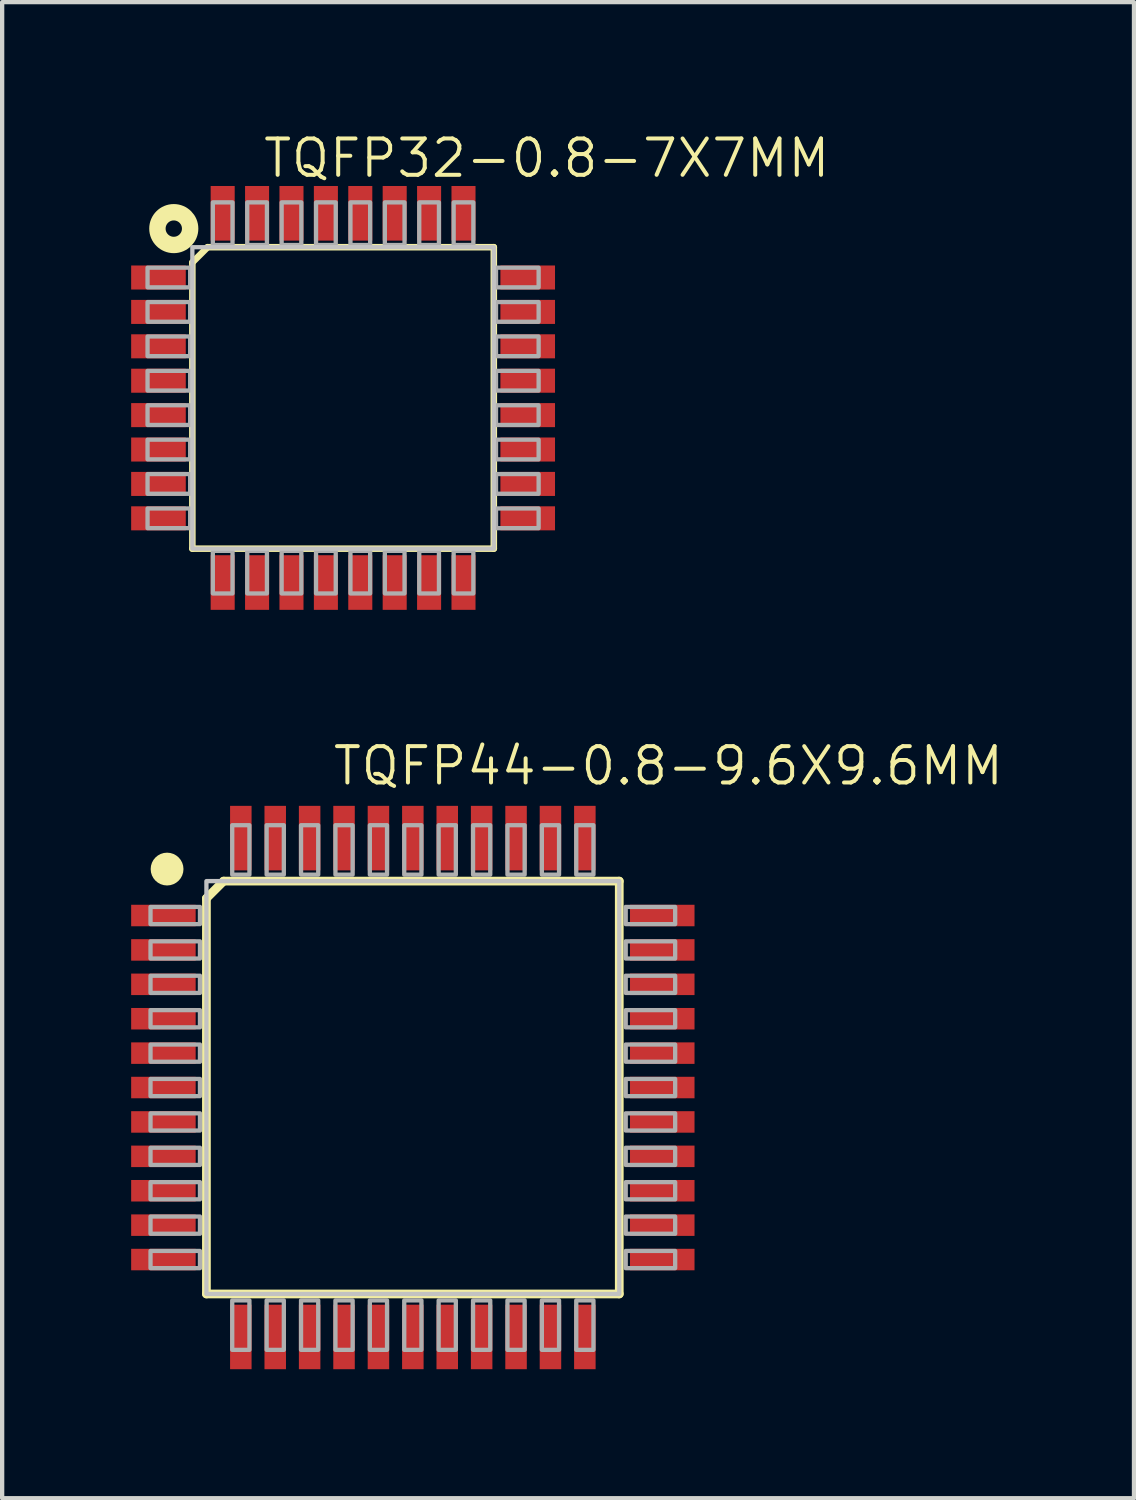
<source format=kicad_pcb>
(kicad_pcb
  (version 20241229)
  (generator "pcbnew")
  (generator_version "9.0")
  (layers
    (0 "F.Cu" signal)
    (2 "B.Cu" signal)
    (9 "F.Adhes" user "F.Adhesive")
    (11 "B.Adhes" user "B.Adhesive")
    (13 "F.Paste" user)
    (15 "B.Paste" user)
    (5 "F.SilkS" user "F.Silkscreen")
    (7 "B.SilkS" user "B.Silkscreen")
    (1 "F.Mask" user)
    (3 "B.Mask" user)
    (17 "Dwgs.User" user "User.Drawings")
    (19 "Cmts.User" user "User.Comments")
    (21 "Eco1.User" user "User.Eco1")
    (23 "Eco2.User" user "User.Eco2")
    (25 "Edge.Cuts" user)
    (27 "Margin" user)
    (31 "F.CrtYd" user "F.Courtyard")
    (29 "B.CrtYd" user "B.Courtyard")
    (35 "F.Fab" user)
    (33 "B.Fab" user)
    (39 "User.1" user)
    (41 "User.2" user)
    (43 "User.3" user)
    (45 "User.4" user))
  (footprint "TQFP32-0.8-7X7MM"
    (layer "F.Cu")
    (at 4.928 6.203)
    (property "Reference" "TQFP32-0.8-7X7MM" (at -1.905 -5.08 180) (layer "F.SilkS") (effects (font (size 0.845 0.845) (thickness 0.093)) (justify left bottom)))
    (attr through_hole)
    (fp_line (start -3.505 3.505) (end -3.505 -3.15) (stroke (width 0.152) (type solid)) (layer "F.SilkS"))
    (fp_line (start -3.15 -3.505) (end -3.505 -3.15) (stroke (width 0.152) (type solid)) (layer "F.SilkS"))
    (fp_line (start -3.15 -3.505) (end 3.505 -3.505) (stroke (width 0.152) (type solid)) (layer "F.SilkS"))
    (fp_line (start 3.505 -3.505) (end 3.505 3.505) (stroke (width 0.152) (type solid)) (layer "F.SilkS"))
    (fp_line (start 3.505 3.505) (end -3.505 3.505) (stroke (width 0.152) (type solid)) (layer "F.SilkS"))
    (fp_circle (center -3.937 -3.937) (end -3.747 -3.937) (stroke (width 0.381) (type solid)) (fill no) (layer "F.SilkS"))
    (fp_poly (pts (xy -3.505 3.505) (xy 3.505 3.505) (xy 3.505 -3.505) (xy -3.505 -3.505)) (stroke (width 0.1) (type solid)) (fill no) (layer "Dwgs.User"))
    (fp_poly (pts (xy -4.547 -2.571) (xy -3.556 -2.571) (xy -3.556 -3.029) (xy -4.547 -3.029)) (stroke (width 0.1) (type solid)) (fill no) (layer "F.Fab"))
    (fp_poly (pts (xy -4.547 -1.771) (xy -3.556 -1.771) (xy -3.556 -2.229) (xy -4.547 -2.229)) (stroke (width 0.1) (type solid)) (fill no) (layer "F.Fab"))
    (fp_poly (pts (xy -4.547 -0.971) (xy -3.556 -0.971) (xy -3.556 -1.429) (xy -4.547 -1.429)) (stroke (width 0.1) (type solid)) (fill no) (layer "F.Fab"))
    (fp_poly (pts (xy -4.547 -0.171) (xy -3.556 -0.171) (xy -3.556 -0.629) (xy -4.547 -0.629)) (stroke (width 0.1) (type solid)) (fill no) (layer "F.Fab"))
    (fp_poly (pts (xy -4.547 0.629) (xy -3.556 0.629) (xy -3.556 0.171) (xy -4.547 0.171)) (stroke (width 0.1) (type solid)) (fill no) (layer "F.Fab"))
    (fp_poly (pts (xy -4.547 1.429) (xy -3.556 1.429) (xy -3.556 0.971) (xy -4.547 0.971)) (stroke (width 0.1) (type solid)) (fill no) (layer "F.Fab"))
    (fp_poly (pts (xy -4.547 2.229) (xy -3.556 2.229) (xy -3.556 1.771) (xy -4.547 1.771)) (stroke (width 0.1) (type solid)) (fill no) (layer "F.Fab"))
    (fp_poly (pts (xy -4.547 3.029) (xy -3.556 3.029) (xy -3.556 2.571) (xy -4.547 2.571)) (stroke (width 0.1) (type solid)) (fill no) (layer "F.Fab"))
    (fp_poly (pts (xy -3.029 -3.556) (xy -2.571 -3.556) (xy -2.571 -4.547) (xy -3.029 -4.547)) (stroke (width 0.1) (type solid)) (fill no) (layer "F.Fab"))
    (fp_poly (pts (xy -3.029 4.547) (xy -2.571 4.547) (xy -2.571 3.556) (xy -3.029 3.556)) (stroke (width 0.1) (type solid)) (fill no) (layer "F.Fab"))
    (fp_poly (pts (xy -2.229 -3.556) (xy -1.771 -3.556) (xy -1.771 -4.547) (xy -2.229 -4.547)) (stroke (width 0.1) (type solid)) (fill no) (layer "F.Fab"))
    (fp_poly (pts (xy -2.229 4.547) (xy -1.771 4.547) (xy -1.771 3.556) (xy -2.229 3.556)) (stroke (width 0.1) (type solid)) (fill no) (layer "F.Fab"))
    (fp_poly (pts (xy -1.429 -3.556) (xy -0.971 -3.556) (xy -0.971 -4.547) (xy -1.429 -4.547)) (stroke (width 0.1) (type solid)) (fill no) (layer "F.Fab"))
    (fp_poly (pts (xy -1.429 4.547) (xy -0.971 4.547) (xy -0.971 3.556) (xy -1.429 3.556)) (stroke (width 0.1) (type solid)) (fill no) (layer "F.Fab"))
    (fp_poly (pts (xy -0.629 -3.556) (xy -0.171 -3.556) (xy -0.171 -4.547) (xy -0.629 -4.547)) (stroke (width 0.1) (type solid)) (fill no) (layer "F.Fab"))
    (fp_poly (pts (xy -0.629 4.547) (xy -0.171 4.547) (xy -0.171 3.556) (xy -0.629 3.556)) (stroke (width 0.1) (type solid)) (fill no) (layer "F.Fab"))
    (fp_poly (pts (xy 0.171 -3.556) (xy 0.629 -3.556) (xy 0.629 -4.547) (xy 0.171 -4.547)) (stroke (width 0.1) (type solid)) (fill no) (layer "F.Fab"))
    (fp_poly (pts (xy 0.171 4.547) (xy 0.629 4.547) (xy 0.629 3.556) (xy 0.171 3.556)) (stroke (width 0.1) (type solid)) (fill no) (layer "F.Fab"))
    (fp_poly (pts (xy 0.971 -3.556) (xy 1.429 -3.556) (xy 1.429 -4.547) (xy 0.971 -4.547)) (stroke (width 0.1) (type solid)) (fill no) (layer "F.Fab"))
    (fp_poly (pts (xy 0.971 4.547) (xy 1.429 4.547) (xy 1.429 3.556) (xy 0.971 3.556)) (stroke (width 0.1) (type solid)) (fill no) (layer "F.Fab"))
    (fp_poly (pts (xy 1.771 -3.556) (xy 2.229 -3.556) (xy 2.229 -4.547) (xy 1.771 -4.547)) (stroke (width 0.1) (type solid)) (fill no) (layer "F.Fab"))
    (fp_poly (pts (xy 1.771 4.547) (xy 2.229 4.547) (xy 2.229 3.556) (xy 1.771 3.556)) (stroke (width 0.1) (type solid)) (fill no) (layer "F.Fab"))
    (fp_poly (pts (xy 2.571 -3.556) (xy 3.029 -3.556) (xy 3.029 -4.547) (xy 2.571 -4.547)) (stroke (width 0.1) (type solid)) (fill no) (layer "F.Fab"))
    (fp_poly (pts (xy 2.571 4.547) (xy 3.029 4.547) (xy 3.029 3.556) (xy 2.571 3.556)) (stroke (width 0.1) (type solid)) (fill no) (layer "F.Fab"))
    (fp_poly (pts (xy 3.556 -2.571) (xy 4.547 -2.571) (xy 4.547 -3.029) (xy 3.556 -3.029)) (stroke (width 0.1) (type solid)) (fill no) (layer "F.Fab"))
    (fp_poly (pts (xy 3.556 -1.771) (xy 4.547 -1.771) (xy 4.547 -2.229) (xy 3.556 -2.229)) (stroke (width 0.1) (type solid)) (fill no) (layer "F.Fab"))
    (fp_poly (pts (xy 3.556 -0.971) (xy 4.547 -0.971) (xy 4.547 -1.429) (xy 3.556 -1.429)) (stroke (width 0.1) (type solid)) (fill no) (layer "F.Fab"))
    (fp_poly (pts (xy 3.556 -0.171) (xy 4.547 -0.171) (xy 4.547 -0.629) (xy 3.556 -0.629)) (stroke (width 0.1) (type solid)) (fill no) (layer "F.Fab"))
    (fp_poly (pts (xy 3.556 0.629) (xy 4.547 0.629) (xy 4.547 0.171) (xy 3.556 0.171)) (stroke (width 0.1) (type solid)) (fill no) (layer "F.Fab"))
    (fp_poly (pts (xy 3.556 1.429) (xy 4.547 1.429) (xy 4.547 0.971) (xy 3.556 0.971)) (stroke (width 0.1) (type solid)) (fill no) (layer "F.Fab"))
    (fp_poly (pts (xy 3.556 2.229) (xy 4.547 2.229) (xy 4.547 1.771) (xy 3.556 1.771)) (stroke (width 0.1) (type solid)) (fill no) (layer "F.Fab"))
    (fp_poly (pts (xy 3.556 3.029) (xy 4.547 3.029) (xy 4.547 2.571) (xy 3.556 2.571)) (stroke (width 0.1) (type solid)) (fill no) (layer "F.Fab"))
    (pad "1" smd rect (at -4.293 -2.8) (size 1.27 0.559) (layers "F.Cu" "F.Mask" "F.Paste"))
    (pad "2" smd rect (at -4.293 -2) (size 1.27 0.559) (layers "F.Cu" "F.Mask" "F.Paste"))
    (pad "3" smd rect (at -4.293 -1.2) (size 1.27 0.559) (layers "F.Cu" "F.Mask" "F.Paste"))
    (pad "4" smd rect (at -4.293 -0.4) (size 1.27 0.559) (layers "F.Cu" "F.Mask" "F.Paste"))
    (pad "5" smd rect (at -4.293 0.4) (size 1.27 0.559) (layers "F.Cu" "F.Mask" "F.Paste"))
    (pad "6" smd rect (at -4.293 1.2) (size 1.27 0.559) (layers "F.Cu" "F.Mask" "F.Paste"))
    (pad "7" smd rect (at -4.293 2) (size 1.27 0.559) (layers "F.Cu" "F.Mask" "F.Paste"))
    (pad "8" smd rect (at -4.293 2.8) (size 1.27 0.559) (layers "F.Cu" "F.Mask" "F.Paste"))
    (pad "9" smd rect (at -2.8 4.293) (size 0.559 1.27) (layers "F.Cu" "F.Mask" "F.Paste"))
    (pad "10" smd rect (at -2 4.293) (size 0.559 1.27) (layers "F.Cu" "F.Mask" "F.Paste"))
    (pad "11" smd rect (at -1.2 4.293) (size 0.559 1.27) (layers "F.Cu" "F.Mask" "F.Paste"))
    (pad "12" smd rect (at -0.4 4.293) (size 0.559 1.27) (layers "F.Cu" "F.Mask" "F.Paste"))
    (pad "13" smd rect (at 0.4 4.293) (size 0.559 1.27) (layers "F.Cu" "F.Mask" "F.Paste"))
    (pad "14" smd rect (at 1.2 4.293) (size 0.559 1.27) (layers "F.Cu" "F.Mask" "F.Paste"))
    (pad "15" smd rect (at 2 4.293) (size 0.559 1.27) (layers "F.Cu" "F.Mask" "F.Paste"))
    (pad "16" smd rect (at 2.8 4.293) (size 0.559 1.27) (layers "F.Cu" "F.Mask" "F.Paste"))
    (pad "17" smd rect (at 4.293 2.8) (size 1.27 0.559) (layers "F.Cu" "F.Mask" "F.Paste"))
    (pad "18" smd rect (at 4.293 2) (size 1.27 0.559) (layers "F.Cu" "F.Mask" "F.Paste"))
    (pad "19" smd rect (at 4.293 1.2) (size 1.27 0.559) (layers "F.Cu" "F.Mask" "F.Paste"))
    (pad "20" smd rect (at 4.293 0.4) (size 1.27 0.559) (layers "F.Cu" "F.Mask" "F.Paste"))
    (pad "21" smd rect (at 4.293 -0.4) (size 1.27 0.559) (layers "F.Cu" "F.Mask" "F.Paste"))
    (pad "22" smd rect (at 4.293 -1.2) (size 1.27 0.559) (layers "F.Cu" "F.Mask" "F.Paste"))
    (pad "23" smd rect (at 4.293 -2) (size 1.27 0.559) (layers "F.Cu" "F.Mask" "F.Paste"))
    (pad "24" smd rect (at 4.293 -2.8) (size 1.27 0.559) (layers "F.Cu" "F.Mask" "F.Paste"))
    (pad "25" smd rect (at 2.8 -4.293) (size 0.559 1.27) (layers "F.Cu" "F.Mask" "F.Paste"))
    (pad "26" smd rect (at 2 -4.293) (size 0.559 1.27) (layers "F.Cu" "F.Mask" "F.Paste"))
    (pad "27" smd rect (at 1.2 -4.293) (size 0.559 1.27) (layers "F.Cu" "F.Mask" "F.Paste"))
    (pad "28" smd rect (at 0.4 -4.293) (size 0.559 1.27) (layers "F.Cu" "F.Mask" "F.Paste"))
    (pad "29" smd rect (at -0.4 -4.293) (size 0.559 1.27) (layers "F.Cu" "F.Mask" "F.Paste"))
    (pad "30" smd rect (at -1.2 -4.293) (size 0.559 1.27) (layers "F.Cu" "F.Mask" "F.Paste"))
    (pad "31" smd rect (at -2 -4.293) (size 0.559 1.27) (layers "F.Cu" "F.Mask" "F.Paste"))
    (pad "32" smd rect (at -2.8 -4.293) (size 0.559 1.27) (layers "F.Cu" "F.Mask" "F.Paste")))
  (footprint "TQFP44-0.8-9.6X9.6MM"
    (layer "F.Cu")
    (at 6.55 22.239)
    (property "Reference" "TQFP44-0.8-9.6X9.6MM" (at -1.905 -6.985 0) (layer "F.SilkS") (effects (font (size 0.845 0.845) (thickness 0.093)) (justify left bottom)))
    (attr through_hole)
    (fp_line (start -4.8 -4.4) (end -4.4 -4.8) (stroke (width 0.203) (type solid)) (layer "F.SilkS"))
    (fp_line (start -4.8 4.8) (end -4.8 -4.4) (stroke (width 0.203) (type solid)) (layer "F.SilkS"))
    (fp_line (start -4.4 -4.8) (end 4.8 -4.8) (stroke (width 0.203) (type solid)) (layer "F.SilkS"))
    (fp_line (start 4.8 -4.8) (end 4.8 4.8) (stroke (width 0.203) (type solid)) (layer "F.SilkS"))
    (fp_line (start 4.8 4.8) (end -4.8 4.8) (stroke (width 0.203) (type solid)) (layer "F.SilkS"))
    (fp_circle (center -5.715 -5.08) (end -5.524 -5.08) (stroke (width 0.381) (type solid)) (fill no) (layer "F.SilkS"))
    (fp_poly (pts (xy -4.8 4.8) (xy 4.8 4.8) (xy 4.8 -4.8) (xy -4.8 -4.8)) (stroke (width 0.1) (type solid)) (fill no) (layer "Dwgs.User"))
    (fp_poly (pts (xy -6.1 -3.8) (xy -4.95 -3.8) (xy -4.95 -4.2) (xy -6.1 -4.2)) (stroke (width 0.1) (type solid)) (fill no) (layer "F.Fab"))
    (fp_poly (pts (xy -6.1 -3) (xy -4.95 -3) (xy -4.95 -3.4) (xy -6.1 -3.4)) (stroke (width 0.1) (type solid)) (fill no) (layer "F.Fab"))
    (fp_poly (pts (xy -6.1 -2.2) (xy -4.95 -2.2) (xy -4.95 -2.6) (xy -6.1 -2.6)) (stroke (width 0.1) (type solid)) (fill no) (layer "F.Fab"))
    (fp_poly (pts (xy -6.1 -1.4) (xy -4.95 -1.4) (xy -4.95 -1.8) (xy -6.1 -1.8)) (stroke (width 0.1) (type solid)) (fill no) (layer "F.Fab"))
    (fp_poly (pts (xy -6.1 -0.6) (xy -4.95 -0.6) (xy -4.95 -1) (xy -6.1 -1)) (stroke (width 0.1) (type solid)) (fill no) (layer "F.Fab"))
    (fp_poly (pts (xy -6.1 0.2) (xy -4.95 0.2) (xy -4.95 -0.2) (xy -6.1 -0.2)) (stroke (width 0.1) (type solid)) (fill no) (layer "F.Fab"))
    (fp_poly (pts (xy -6.1 1) (xy -4.95 1) (xy -4.95 0.6) (xy -6.1 0.6)) (stroke (width 0.1) (type solid)) (fill no) (layer "F.Fab"))
    (fp_poly (pts (xy -6.1 1.8) (xy -4.95 1.8) (xy -4.95 1.4) (xy -6.1 1.4)) (stroke (width 0.1) (type solid)) (fill no) (layer "F.Fab"))
    (fp_poly (pts (xy -6.1 2.6) (xy -4.95 2.6) (xy -4.95 2.2) (xy -6.1 2.2)) (stroke (width 0.1) (type solid)) (fill no) (layer "F.Fab"))
    (fp_poly (pts (xy -6.1 3.4) (xy -4.95 3.4) (xy -4.95 3) (xy -6.1 3)) (stroke (width 0.1) (type solid)) (fill no) (layer "F.Fab"))
    (fp_poly (pts (xy -6.1 4.2) (xy -4.95 4.2) (xy -4.95 3.8) (xy -6.1 3.8)) (stroke (width 0.1) (type solid)) (fill no) (layer "F.Fab"))
    (fp_poly (pts (xy -4.2 -4.95) (xy -3.8 -4.95) (xy -3.8 -6.1) (xy -4.2 -6.1)) (stroke (width 0.1) (type solid)) (fill no) (layer "F.Fab"))
    (fp_poly (pts (xy -4.2 6.1) (xy -3.8 6.1) (xy -3.8 4.95) (xy -4.2 4.95)) (stroke (width 0.1) (type solid)) (fill no) (layer "F.Fab"))
    (fp_poly (pts (xy -3.4 -4.95) (xy -3 -4.95) (xy -3 -6.1) (xy -3.4 -6.1)) (stroke (width 0.1) (type solid)) (fill no) (layer "F.Fab"))
    (fp_poly (pts (xy -3.4 6.1) (xy -3 6.1) (xy -3 4.95) (xy -3.4 4.95)) (stroke (width 0.1) (type solid)) (fill no) (layer "F.Fab"))
    (fp_poly (pts (xy -2.6 -4.95) (xy -2.2 -4.95) (xy -2.2 -6.1) (xy -2.6 -6.1)) (stroke (width 0.1) (type solid)) (fill no) (layer "F.Fab"))
    (fp_poly (pts (xy -2.6 6.1) (xy -2.2 6.1) (xy -2.2 4.95) (xy -2.6 4.95)) (stroke (width 0.1) (type solid)) (fill no) (layer "F.Fab"))
    (fp_poly (pts (xy -1.8 -4.95) (xy -1.4 -4.95) (xy -1.4 -6.1) (xy -1.8 -6.1)) (stroke (width 0.1) (type solid)) (fill no) (layer "F.Fab"))
    (fp_poly (pts (xy -1.8 6.1) (xy -1.4 6.1) (xy -1.4 4.95) (xy -1.8 4.95)) (stroke (width 0.1) (type solid)) (fill no) (layer "F.Fab"))
    (fp_poly (pts (xy -1 -4.95) (xy -0.6 -4.95) (xy -0.6 -6.1) (xy -1 -6.1)) (stroke (width 0.1) (type solid)) (fill no) (layer "F.Fab"))
    (fp_poly (pts (xy -1 6.1) (xy -0.6 6.1) (xy -0.6 4.95) (xy -1 4.95)) (stroke (width 0.1) (type solid)) (fill no) (layer "F.Fab"))
    (fp_poly (pts (xy -0.2 -4.95) (xy 0.2 -4.95) (xy 0.2 -6.1) (xy -0.2 -6.1)) (stroke (width 0.1) (type solid)) (fill no) (layer "F.Fab"))
    (fp_poly (pts (xy -0.2 6.1) (xy 0.2 6.1) (xy 0.2 4.95) (xy -0.2 4.95)) (stroke (width 0.1) (type solid)) (fill no) (layer "F.Fab"))
    (fp_poly (pts (xy 0.6 -4.95) (xy 1 -4.95) (xy 1 -6.1) (xy 0.6 -6.1)) (stroke (width 0.1) (type solid)) (fill no) (layer "F.Fab"))
    (fp_poly (pts (xy 0.6 6.1) (xy 1 6.1) (xy 1 4.95) (xy 0.6 4.95)) (stroke (width 0.1) (type solid)) (fill no) (layer "F.Fab"))
    (fp_poly (pts (xy 1.4 -4.95) (xy 1.8 -4.95) (xy 1.8 -6.1) (xy 1.4 -6.1)) (stroke (width 0.1) (type solid)) (fill no) (layer "F.Fab"))
    (fp_poly (pts (xy 1.4 6.1) (xy 1.8 6.1) (xy 1.8 4.95) (xy 1.4 4.95)) (stroke (width 0.1) (type solid)) (fill no) (layer "F.Fab"))
    (fp_poly (pts (xy 2.2 -4.95) (xy 2.6 -4.95) (xy 2.6 -6.1) (xy 2.2 -6.1)) (stroke (width 0.1) (type solid)) (fill no) (layer "F.Fab"))
    (fp_poly (pts (xy 2.2 6.1) (xy 2.6 6.1) (xy 2.6 4.95) (xy 2.2 4.95)) (stroke (width 0.1) (type solid)) (fill no) (layer "F.Fab"))
    (fp_poly (pts (xy 3 -4.95) (xy 3.4 -4.95) (xy 3.4 -6.1) (xy 3 -6.1)) (stroke (width 0.1) (type solid)) (fill no) (layer "F.Fab"))
    (fp_poly (pts (xy 3 6.1) (xy 3.4 6.1) (xy 3.4 4.95) (xy 3 4.95)) (stroke (width 0.1) (type solid)) (fill no) (layer "F.Fab"))
    (fp_poly (pts (xy 3.8 -4.95) (xy 4.2 -4.95) (xy 4.2 -6.1) (xy 3.8 -6.1)) (stroke (width 0.1) (type solid)) (fill no) (layer "F.Fab"))
    (fp_poly (pts (xy 3.8 6.1) (xy 4.2 6.1) (xy 4.2 4.95) (xy 3.8 4.95)) (stroke (width 0.1) (type solid)) (fill no) (layer "F.Fab"))
    (fp_poly (pts (xy 4.95 -3.8) (xy 6.1 -3.8) (xy 6.1 -4.2) (xy 4.95 -4.2)) (stroke (width 0.1) (type solid)) (fill no) (layer "F.Fab"))
    (fp_poly (pts (xy 4.95 -3) (xy 6.1 -3) (xy 6.1 -3.4) (xy 4.95 -3.4)) (stroke (width 0.1) (type solid)) (fill no) (layer "F.Fab"))
    (fp_poly (pts (xy 4.95 -2.2) (xy 6.1 -2.2) (xy 6.1 -2.6) (xy 4.95 -2.6)) (stroke (width 0.1) (type solid)) (fill no) (layer "F.Fab"))
    (fp_poly (pts (xy 4.95 -1.4) (xy 6.1 -1.4) (xy 6.1 -1.8) (xy 4.95 -1.8)) (stroke (width 0.1) (type solid)) (fill no) (layer "F.Fab"))
    (fp_poly (pts (xy 4.95 -0.6) (xy 6.1 -0.6) (xy 6.1 -1) (xy 4.95 -1)) (stroke (width 0.1) (type solid)) (fill no) (layer "F.Fab"))
    (fp_poly (pts (xy 4.95 0.2) (xy 6.1 0.2) (xy 6.1 -0.2) (xy 4.95 -0.2)) (stroke (width 0.1) (type solid)) (fill no) (layer "F.Fab"))
    (fp_poly (pts (xy 4.95 1) (xy 6.1 1) (xy 6.1 0.6) (xy 4.95 0.6)) (stroke (width 0.1) (type solid)) (fill no) (layer "F.Fab"))
    (fp_poly (pts (xy 4.95 1.8) (xy 6.1 1.8) (xy 6.1 1.4) (xy 4.95 1.4)) (stroke (width 0.1) (type solid)) (fill no) (layer "F.Fab"))
    (fp_poly (pts (xy 4.95 2.6) (xy 6.1 2.6) (xy 6.1 2.2) (xy 4.95 2.2)) (stroke (width 0.1) (type solid)) (fill no) (layer "F.Fab"))
    (fp_poly (pts (xy 4.95 3.4) (xy 6.1 3.4) (xy 6.1 3) (xy 4.95 3)) (stroke (width 0.1) (type solid)) (fill no) (layer "F.Fab"))
    (fp_poly (pts (xy 4.95 4.2) (xy 6.1 4.2) (xy 6.1 3.8) (xy 4.95 3.8)) (stroke (width 0.1) (type solid)) (fill no) (layer "F.Fab"))
    (pad "1" smd rect (at -5.8 -4) (size 1.5 0.5) (layers "F.Cu" "F.Mask" "F.Paste"))
    (pad "2" smd rect (at -5.8 -3.2) (size 1.5 0.5) (layers "F.Cu" "F.Mask" "F.Paste"))
    (pad "3" smd rect (at -5.8 -2.4) (size 1.5 0.5) (layers "F.Cu" "F.Mask" "F.Paste"))
    (pad "4" smd rect (at -5.8 -1.6) (size 1.5 0.5) (layers "F.Cu" "F.Mask" "F.Paste"))
    (pad "5" smd rect (at -5.8 -0.8) (size 1.5 0.5) (layers "F.Cu" "F.Mask" "F.Paste"))
    (pad "6" smd rect (at -5.8 0) (size 1.5 0.5) (layers "F.Cu" "F.Mask" "F.Paste"))
    (pad "7" smd rect (at -5.8 0.8) (size 1.5 0.5) (layers "F.Cu" "F.Mask" "F.Paste"))
    (pad "8" smd rect (at -5.8 1.6) (size 1.5 0.5) (layers "F.Cu" "F.Mask" "F.Paste"))
    (pad "9" smd rect (at -5.8 2.4) (size 1.5 0.5) (layers "F.Cu" "F.Mask" "F.Paste"))
    (pad "10" smd rect (at -5.8 3.2) (size 1.5 0.5) (layers "F.Cu" "F.Mask" "F.Paste"))
    (pad "11" smd rect (at -5.8 4) (size 1.5 0.5) (layers "F.Cu" "F.Mask" "F.Paste"))
    (pad "12" smd rect (at -4 5.8) (size 0.5 1.5) (layers "F.Cu" "F.Mask" "F.Paste"))
    (pad "13" smd rect (at -3.2 5.8) (size 0.5 1.5) (layers "F.Cu" "F.Mask" "F.Paste"))
    (pad "14" smd rect (at -2.4 5.8) (size 0.5 1.5) (layers "F.Cu" "F.Mask" "F.Paste"))
    (pad "15" smd rect (at -1.6 5.8) (size 0.5 1.5) (layers "F.Cu" "F.Mask" "F.Paste"))
    (pad "16" smd rect (at -0.8 5.8) (size 0.5 1.5) (layers "F.Cu" "F.Mask" "F.Paste"))
    (pad "17" smd rect (at 0 5.8) (size 0.5 1.5) (layers "F.Cu" "F.Mask" "F.Paste"))
    (pad "18" smd rect (at 0.8 5.8) (size 0.5 1.5) (layers "F.Cu" "F.Mask" "F.Paste"))
    (pad "19" smd rect (at 1.6 5.8) (size 0.5 1.5) (layers "F.Cu" "F.Mask" "F.Paste"))
    (pad "20" smd rect (at 2.4 5.8) (size 0.5 1.5) (layers "F.Cu" "F.Mask" "F.Paste"))
    (pad "21" smd rect (at 3.2 5.8) (size 0.5 1.5) (layers "F.Cu" "F.Mask" "F.Paste"))
    (pad "22" smd rect (at 4 5.8) (size 0.5 1.5) (layers "F.Cu" "F.Mask" "F.Paste"))
    (pad "23" smd rect (at 5.8 4) (size 1.5 0.5) (layers "F.Cu" "F.Mask" "F.Paste"))
    (pad "24" smd rect (at 5.8 3.2) (size 1.5 0.5) (layers "F.Cu" "F.Mask" "F.Paste"))
    (pad "25" smd rect (at 5.8 2.4) (size 1.5 0.5) (layers "F.Cu" "F.Mask" "F.Paste"))
    (pad "26" smd rect (at 5.8 1.6) (size 1.5 0.5) (layers "F.Cu" "F.Mask" "F.Paste"))
    (pad "27" smd rect (at 5.8 0.8) (size 1.5 0.5) (layers "F.Cu" "F.Mask" "F.Paste"))
    (pad "28" smd rect (at 5.8 0) (size 1.5 0.5) (layers "F.Cu" "F.Mask" "F.Paste"))
    (pad "29" smd rect (at 5.8 -0.8) (size 1.5 0.5) (layers "F.Cu" "F.Mask" "F.Paste"))
    (pad "30" smd rect (at 5.8 -1.6) (size 1.5 0.5) (layers "F.Cu" "F.Mask" "F.Paste"))
    (pad "31" smd rect (at 5.8 -2.4) (size 1.5 0.5) (layers "F.Cu" "F.Mask" "F.Paste"))
    (pad "32" smd rect (at 5.8 -3.2) (size 1.5 0.5) (layers "F.Cu" "F.Mask" "F.Paste"))
    (pad "33" smd rect (at 5.8 -4) (size 1.5 0.5) (layers "F.Cu" "F.Mask" "F.Paste"))
    (pad "34" smd rect (at 4 -5.8) (size 0.5 1.5) (layers "F.Cu" "F.Mask" "F.Paste"))
    (pad "35" smd rect (at 3.2 -5.8) (size 0.5 1.5) (layers "F.Cu" "F.Mask" "F.Paste"))
    (pad "36" smd rect (at 2.4 -5.8) (size 0.5 1.5) (layers "F.Cu" "F.Mask" "F.Paste"))
    (pad "37" smd rect (at 1.6 -5.8) (size 0.5 1.5) (layers "F.Cu" "F.Mask" "F.Paste"))
    (pad "38" smd rect (at 0.8 -5.8) (size 0.5 1.5) (layers "F.Cu" "F.Mask" "F.Paste"))
    (pad "39" smd rect (at 0 -5.8) (size 0.5 1.5) (layers "F.Cu" "F.Mask" "F.Paste"))
    (pad "40" smd rect (at -0.8 -5.8) (size 0.5 1.5) (layers "F.Cu" "F.Mask" "F.Paste"))
    (pad "41" smd rect (at -1.6 -5.8) (size 0.5 1.5) (layers "F.Cu" "F.Mask" "F.Paste"))
    (pad "42" smd rect (at -2.4 -5.8) (size 0.5 1.5) (layers "F.Cu" "F.Mask" "F.Paste"))
    (pad "43" smd rect (at -3.2 -5.8) (size 0.5 1.5) (layers "F.Cu" "F.Mask" "F.Paste"))
    (pad "44" smd rect (at -4 -5.8) (size 0.5 1.5) (layers "F.Cu" "F.Mask" "F.Paste")))
  (gr_rect
    (start -3 -3)
    (end 23.319 31.789)
    (stroke (width 0.1) (type default))
    (fill no)
    (layer "Edge.Cuts")))
</source>
